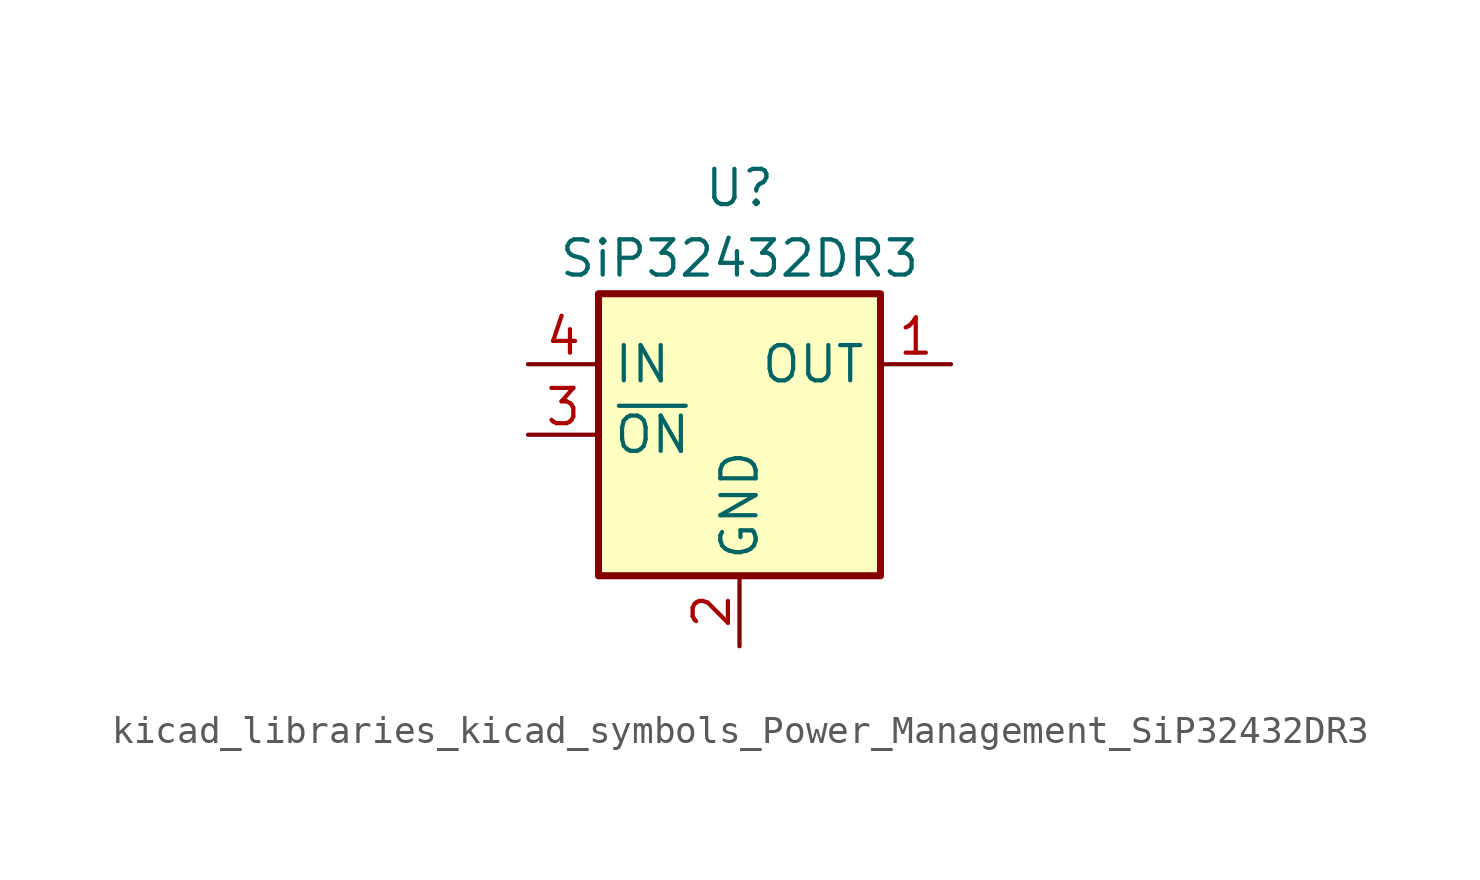
<source format=kicad_sym>
(kicad_symbol_lib
  (version 20220914)
  (generator kicad_symbol_editor)
  (symbol "kicad_libraries_kicad_symbols_Power_Management_SiP32432DR3"
    (property "Reference" "U"
      (at 0 8.89 0)
      (effects (font (size 1.27 1.27))))
    (property "Value" "SiP32432DR3"
      (at 0 6.35 0)
      (effects (font (size 1.27 1.27))))
    (symbol "kicad_libraries_kicad_symbols_Power_Management_SiP32432DR3_0_1"
      (rectangle (start -5.08 5.08) (end 5.08 -5.08) (stroke (width 0.254) (type default)) (fill (type background))))
    (symbol "kicad_libraries_kicad_symbols_Power_Management_SiP32432DR3_1_1"
      (pin passive line (at 7.62 2.54 180) (length 2.54) (name "OUT" (effects (font (size 1.27 1.27)))) (number "1" (effects (font (size 1.27 1.27)))))
      (pin power_in line (at 0 -7.62 90) (length 2.54) (name "GND" (effects (font (size 1.27 1.27)))) (number "2" (effects (font (size 1.27 1.27)))))
      (pin input line (at -7.62 0 0) (length 2.54) (name "~{ON}" (effects (font (size 1.27 1.27)))) (number "3" (effects (font (size 1.27 1.27)))))
      (pin passive line (at -7.62 2.54 0) (length 2.54) (name "IN" (effects (font (size 1.27 1.27)))) (number "4" (effects (font (size 1.27 1.27)))))
      (pin passive line (at 0 -7.62 90) (length 2.54) hide (name "GND" (effects (font (size 1.27 1.27)))) (number "5" (effects (font (size 1.27 1.27)))))
      (pin no_connect line (at 5.08 0 180) (length 2.54) hide (name "NC" (effects (font (size 1.27 1.27)))) (number "6" (effects (font (size 1.27 1.27))))))))
</source>
